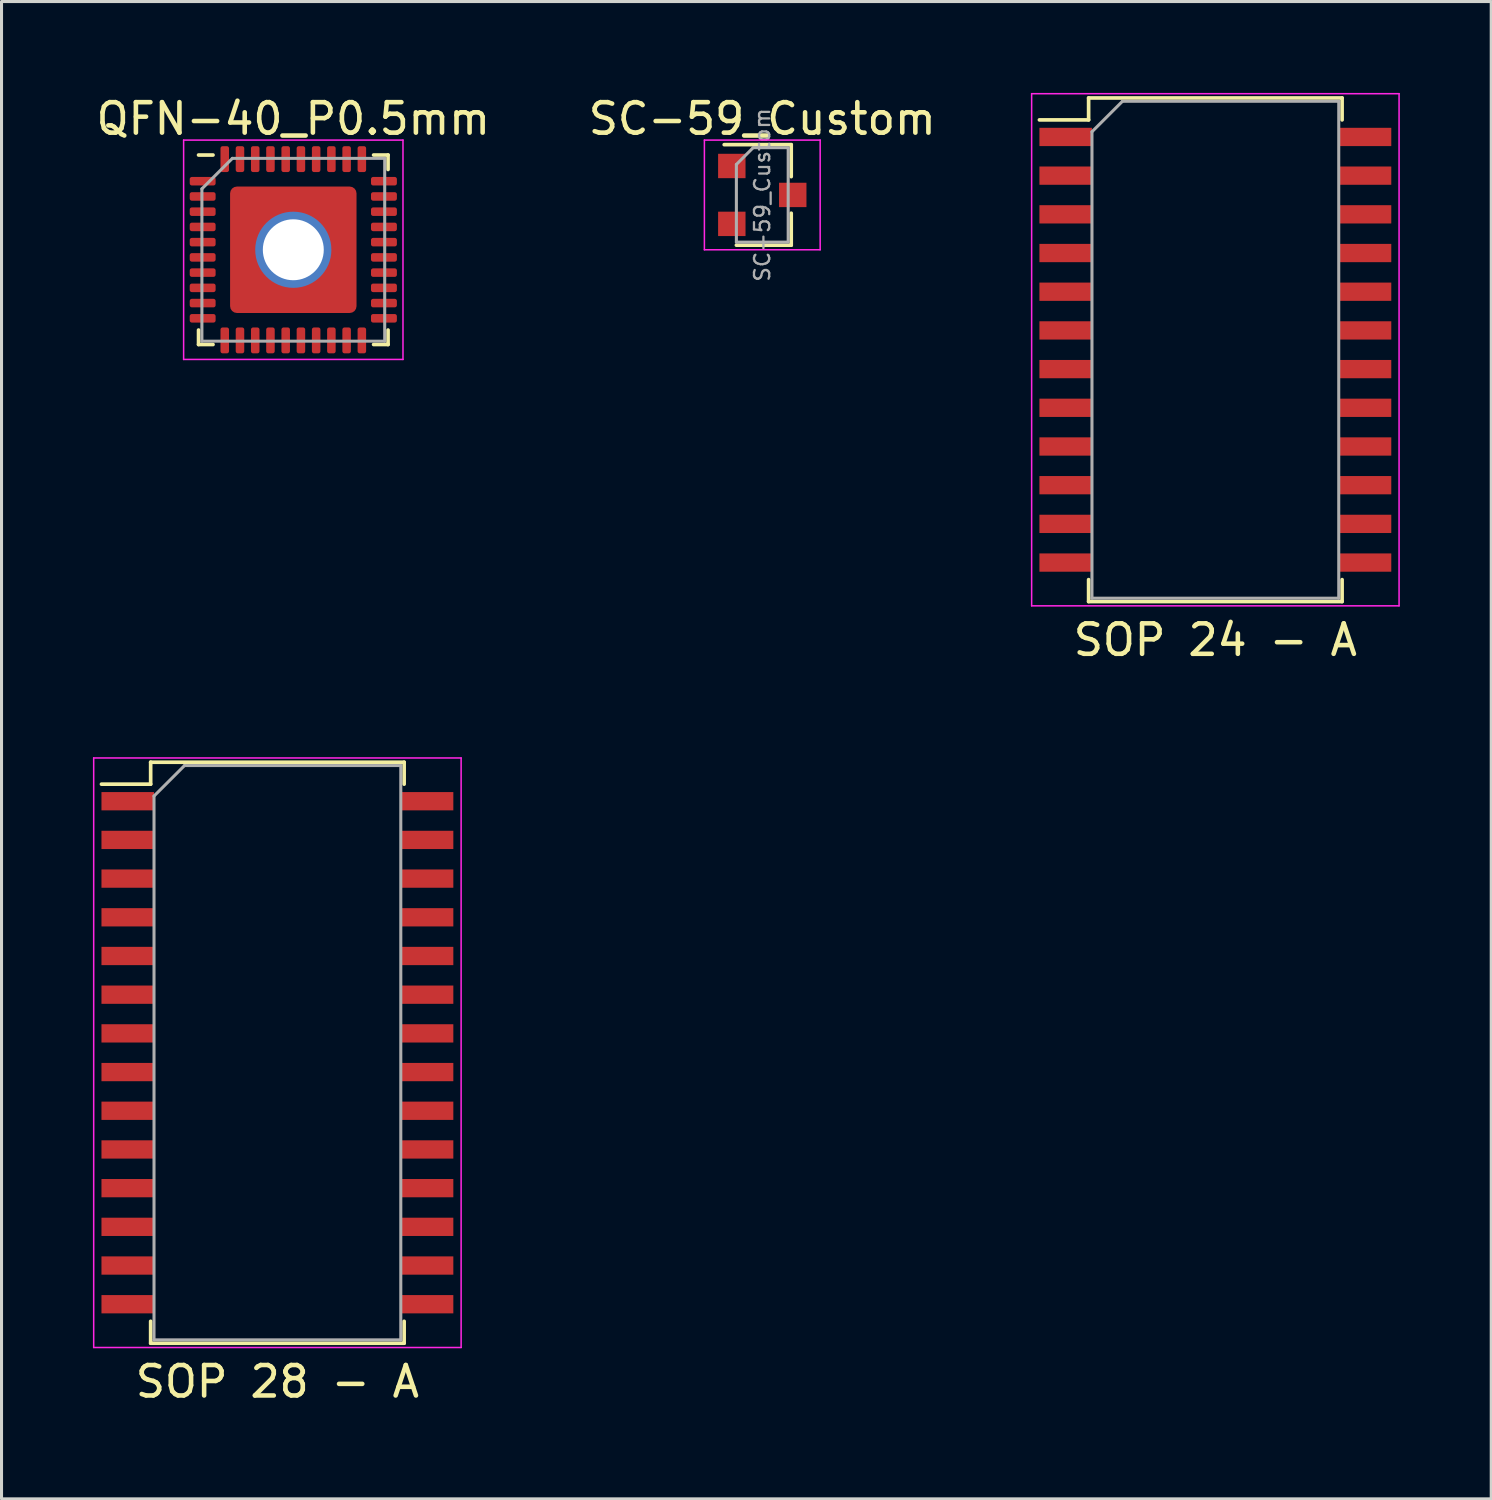
<source format=kicad_pcb>
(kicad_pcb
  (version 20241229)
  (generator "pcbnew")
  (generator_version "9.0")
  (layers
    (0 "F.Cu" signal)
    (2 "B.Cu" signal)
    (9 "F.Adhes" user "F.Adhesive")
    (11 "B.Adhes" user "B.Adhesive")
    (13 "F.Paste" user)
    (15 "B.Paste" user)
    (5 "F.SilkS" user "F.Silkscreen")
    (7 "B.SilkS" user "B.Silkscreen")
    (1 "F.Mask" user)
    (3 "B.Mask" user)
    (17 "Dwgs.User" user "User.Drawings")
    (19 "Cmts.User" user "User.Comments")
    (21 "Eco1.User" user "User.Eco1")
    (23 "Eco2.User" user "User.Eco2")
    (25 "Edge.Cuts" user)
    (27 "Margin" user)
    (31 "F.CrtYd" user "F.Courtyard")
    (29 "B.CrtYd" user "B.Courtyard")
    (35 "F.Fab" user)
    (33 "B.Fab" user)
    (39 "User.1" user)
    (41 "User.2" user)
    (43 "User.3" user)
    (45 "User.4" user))
  (footprint "SC-59_Custom"
    (layer "F.Cu")
    (at 21.97 3.348)
    (property "Reference" "SC-59_Custom" (at 0 -2.5 0) (layer "F.SilkS") (effects (font (size 1 1) (thickness 0.15))))
    (attr smd)
    (fp_line (start -1.25 -1.65) (end 0.95 -1.65) (stroke (width 0.12) (type solid)) (layer "F.SilkS"))
    (fp_line (start -0.85 1.65) (end 0.95 1.65) (stroke (width 0.12) (type solid)) (layer "F.SilkS"))
    (fp_line (start 0.95 -1.65) (end 0.95 -0.6) (stroke (width 0.12) (type solid)) (layer "F.SilkS"))
    (fp_line (start 0.95 1.65) (end 0.95 0.6) (stroke (width 0.12) (type solid)) (layer "F.SilkS"))
    (fp_line (start -1.9 -1.8) (end -1.9 1.8) (stroke (width 0.05) (type solid)) (layer "F.CrtYd"))
    (fp_line (start -1.9 -1.8) (end 1.9 -1.8) (stroke (width 0.05) (type solid)) (layer "F.CrtYd"))
    (fp_line (start 1.9 1.8) (end -1.9 1.8) (stroke (width 0.05) (type solid)) (layer "F.CrtYd"))
    (fp_line (start 1.9 1.8) (end 1.9 -1.8) (stroke (width 0.05) (type solid)) (layer "F.CrtYd"))
    (fp_line (start -0.85 1.55) (end -0.85 -1) (stroke (width 0.1) (type solid)) (layer "F.Fab"))
    (fp_line (start -0.85 1.55) (end 0.85 1.55) (stroke (width 0.1) (type solid)) (layer "F.Fab"))
    (fp_line (start -0.3 -1.55) (end -0.85 -1) (stroke (width 0.1) (type solid)) (layer "F.Fab"))
    (fp_line (start -0.3 -1.55) (end 0.85 -1.55) (stroke (width 0.1) (type solid)) (layer "F.Fab"))
    (fp_line (start 0.85 -1.52) (end 0.85 1.52) (stroke (width 0.1) (type solid)) (layer "F.Fab"))
    (fp_text user "${REFERENCE}" (at 0 0 90) (layer "F.Fab") (effects (font (size 0.5 0.5) (thickness 0.075))))
    (pad "1" smd rect (at -1 -0.95) (size 0.9 0.8) (layers "F.Cu" "F.Mask" "F.Paste"))
    (pad "2" smd rect (at -1 0.95) (size 0.9 0.8) (layers "F.Cu" "F.Mask" "F.Paste"))
    (pad "3" smd rect (at 1 0) (size 0.9 0.8) (layers "F.Cu" "F.Mask" "F.Paste")))
  (footprint "SOP 28 - A"
    (layer "F.Cu")
    (at 6.055 30.868)
    (property "Reference" "SOP 28 - A" (at 0 11.43 0) (layer "F.SilkS") (effects (font (size 1 1) (thickness 0.15))))
    (attr through_hole)
    (fp_line (start -5.775 -8.18) (end -4.16 -8.18) (stroke (width 0.12) (type solid)) (layer "F.SilkS"))
    (fp_line (start -4.16 -8.9) (end 4.16 -8.9) (stroke (width 0.12) (type solid)) (layer "F.SilkS"))
    (fp_line (start -4.16 -8.18) (end -4.16 -8.9) (stroke (width 0.12) (type solid)) (layer "F.SilkS"))
    (fp_line (start -4.16 9.45) (end -4.16 10.17) (stroke (width 0.12) (type solid)) (layer "F.SilkS"))
    (fp_line (start -4.16 10.17) (end 4.16 10.17) (stroke (width 0.12) (type solid)) (layer "F.SilkS"))
    (fp_line (start 4.16 -8.9) (end 4.16 -8.18) (stroke (width 0.12) (type solid)) (layer "F.SilkS"))
    (fp_line (start 4.16 10.17) (end 4.16 9.45) (stroke (width 0.12) (type solid)) (layer "F.SilkS"))
    (fp_line (start -6.03 -9.04) (end 6.03 -9.04) (stroke (width 0.05) (type solid)) (layer "F.CrtYd"))
    (fp_line (start -6.03 10.31) (end -6.03 -9.04) (stroke (width 0.05) (type solid)) (layer "F.CrtYd"))
    (fp_line (start 6.03 -9.04) (end 6.03 10.31) (stroke (width 0.05) (type solid)) (layer "F.CrtYd"))
    (fp_line (start 6.03 10.31) (end -6.03 10.31) (stroke (width 0.05) (type solid)) (layer "F.CrtYd"))
    (fp_line (start -4.05 -7.79) (end -3.05 -8.79) (stroke (width 0.1) (type solid)) (layer "F.Fab"))
    (fp_line (start -4.05 10.06) (end -4.05 -7.79) (stroke (width 0.1) (type solid)) (layer "F.Fab"))
    (fp_line (start -3.05 -8.79) (end 4.05 -8.79) (stroke (width 0.1) (type solid)) (layer "F.Fab"))
    (fp_line (start 4.05 -8.79) (end 4.05 10.06) (stroke (width 0.1) (type solid)) (layer "F.Fab"))
    (fp_line (start 4.05 10.06) (end -4.05 10.06) (stroke (width 0.1) (type solid)) (layer "F.Fab"))
    (pad "1" smd rect (at -4.912 -7.62) (size 1.725 0.6) (layers "F.Cu" "F.Mask" "F.Paste"))
    (pad "2" smd rect (at -4.912 -6.35) (size 1.725 0.6) (layers "F.Cu" "F.Mask" "F.Paste"))
    (pad "3" smd rect (at -4.912 -5.08) (size 1.725 0.6) (layers "F.Cu" "F.Mask" "F.Paste"))
    (pad "4" smd rect (at -4.912 -3.81) (size 1.725 0.6) (layers "F.Cu" "F.Mask" "F.Paste"))
    (pad "5" smd rect (at -4.912 -2.54) (size 1.725 0.6) (layers "F.Cu" "F.Mask" "F.Paste"))
    (pad "6" smd rect (at -4.912 -1.27) (size 1.725 0.6) (layers "F.Cu" "F.Mask" "F.Paste"))
    (pad "7" smd rect (at -4.912 0) (size 1.725 0.6) (layers "F.Cu" "F.Mask" "F.Paste"))
    (pad "8" smd rect (at -4.912 1.27) (size 1.725 0.6) (layers "F.Cu" "F.Mask" "F.Paste"))
    (pad "9" smd rect (at -4.912 2.54) (size 1.725 0.6) (layers "F.Cu" "F.Mask" "F.Paste"))
    (pad "10" smd rect (at -4.912 3.81) (size 1.725 0.6) (layers "F.Cu" "F.Mask" "F.Paste"))
    (pad "11" smd rect (at -4.912 5.08) (size 1.725 0.6) (layers "F.Cu" "F.Mask" "F.Paste"))
    (pad "12" smd rect (at -4.912 6.35) (size 1.725 0.6) (layers "F.Cu" "F.Mask" "F.Paste"))
    (pad "13" smd rect (at -4.912 7.62) (size 1.725 0.6) (layers "F.Cu" "F.Mask" "F.Paste"))
    (pad "14" smd rect (at -4.912 8.89) (size 1.725 0.6) (layers "F.Cu" "F.Mask" "F.Paste"))
    (pad "15" smd rect (at 4.912 8.89) (size 1.725 0.6) (layers "F.Cu" "F.Mask" "F.Paste"))
    (pad "16" smd rect (at 4.912 7.62) (size 1.725 0.6) (layers "F.Cu" "F.Mask" "F.Paste"))
    (pad "17" smd rect (at 4.912 6.35) (size 1.725 0.6) (layers "F.Cu" "F.Mask" "F.Paste"))
    (pad "18" smd rect (at 4.912 5.08) (size 1.725 0.6) (layers "F.Cu" "F.Mask" "F.Paste"))
    (pad "19" smd rect (at 4.912 3.81) (size 1.725 0.6) (layers "F.Cu" "F.Mask" "F.Paste"))
    (pad "20" smd rect (at 4.912 2.54) (size 1.725 0.6) (layers "F.Cu" "F.Mask" "F.Paste"))
    (pad "21" smd rect (at 4.912 1.27) (size 1.725 0.6) (layers "F.Cu" "F.Mask" "F.Paste"))
    (pad "22" smd rect (at 4.912 0) (size 1.725 0.6) (layers "F.Cu" "F.Mask" "F.Paste"))
    (pad "23" smd rect (at 4.912 -1.27) (size 1.725 0.6) (layers "F.Cu" "F.Mask" "F.Paste"))
    (pad "24" smd rect (at 4.912 -2.54) (size 1.725 0.6) (layers "F.Cu" "F.Mask" "F.Paste"))
    (pad "25" smd rect (at 4.912 -3.81) (size 1.725 0.6) (layers "F.Cu" "F.Mask" "F.Paste"))
    (pad "26" smd rect (at 4.912 -5.08) (size 1.725 0.6) (layers "F.Cu" "F.Mask" "F.Paste"))
    (pad "27" smd rect (at 4.912 -6.35) (size 1.725 0.6) (layers "F.Cu" "F.Mask" "F.Paste"))
    (pad "28" smd rect (at 4.912 -7.62) (size 1.725 0.6) (layers "F.Cu" "F.Mask" "F.Paste")))
  (footprint "SOP 24 - A"
    (layer "F.Cu")
    (at 36.841 8.43)
    (property "Reference" "SOP 24 - A" (at 0 9.525 0) (layer "F.SilkS") (effects (font (size 1 1) (thickness 0.15))))
    (attr through_hole)
    (fp_line (start -5.775 -7.545) (end -4.16 -7.545) (stroke (width 0.12) (type solid)) (layer "F.SilkS"))
    (fp_line (start -4.16 -8.265) (end 4.16 -8.265) (stroke (width 0.12) (type solid)) (layer "F.SilkS"))
    (fp_line (start -4.16 -7.545) (end -4.16 -8.265) (stroke (width 0.12) (type solid)) (layer "F.SilkS"))
    (fp_line (start -4.16 7.545) (end -4.16 8.265) (stroke (width 0.12) (type solid)) (layer "F.SilkS"))
    (fp_line (start -4.16 8.265) (end 4.16 8.265) (stroke (width 0.12) (type solid)) (layer "F.SilkS"))
    (fp_line (start 4.16 -8.265) (end 4.16 -7.545) (stroke (width 0.12) (type solid)) (layer "F.SilkS"))
    (fp_line (start 4.16 8.265) (end 4.16 7.545) (stroke (width 0.12) (type solid)) (layer "F.SilkS"))
    (fp_line (start -6.03 -8.405) (end 6.03 -8.405) (stroke (width 0.05) (type solid)) (layer "F.CrtYd"))
    (fp_line (start -6.03 8.405) (end -6.03 -8.405) (stroke (width 0.05) (type solid)) (layer "F.CrtYd"))
    (fp_line (start 6.03 -8.405) (end 6.03 8.405) (stroke (width 0.05) (type solid)) (layer "F.CrtYd"))
    (fp_line (start 6.03 8.405) (end -6.03 8.405) (stroke (width 0.05) (type solid)) (layer "F.CrtYd"))
    (fp_line (start -4.05 -7.155) (end -3.05 -8.155) (stroke (width 0.1) (type solid)) (layer "F.Fab"))
    (fp_line (start -4.05 8.155) (end -4.05 -7.155) (stroke (width 0.1) (type solid)) (layer "F.Fab"))
    (fp_line (start -3.05 -8.155) (end 4.05 -8.155) (stroke (width 0.1) (type solid)) (layer "F.Fab"))
    (fp_line (start 4.05 -8.155) (end 4.05 8.155) (stroke (width 0.1) (type solid)) (layer "F.Fab"))
    (fp_line (start 4.05 8.155) (end -4.05 8.155) (stroke (width 0.1) (type solid)) (layer "F.Fab"))
    (pad "1" smd rect (at -4.912 -6.985) (size 1.725 0.6) (layers "F.Cu" "F.Mask" "F.Paste"))
    (pad "2" smd rect (at -4.912 -5.715) (size 1.725 0.6) (layers "F.Cu" "F.Mask" "F.Paste"))
    (pad "3" smd rect (at -4.912 -4.445) (size 1.725 0.6) (layers "F.Cu" "F.Mask" "F.Paste"))
    (pad "4" smd rect (at -4.912 -3.175) (size 1.725 0.6) (layers "F.Cu" "F.Mask" "F.Paste"))
    (pad "5" smd rect (at -4.912 -1.905) (size 1.725 0.6) (layers "F.Cu" "F.Mask" "F.Paste"))
    (pad "6" smd rect (at -4.912 -0.635) (size 1.725 0.6) (layers "F.Cu" "F.Mask" "F.Paste"))
    (pad "7" smd rect (at -4.912 0.635) (size 1.725 0.6) (layers "F.Cu" "F.Mask" "F.Paste"))
    (pad "8" smd rect (at -4.912 1.905) (size 1.725 0.6) (layers "F.Cu" "F.Mask" "F.Paste"))
    (pad "9" smd rect (at -4.912 3.175) (size 1.725 0.6) (layers "F.Cu" "F.Mask" "F.Paste"))
    (pad "10" smd rect (at -4.912 4.445) (size 1.725 0.6) (layers "F.Cu" "F.Mask" "F.Paste"))
    (pad "11" smd rect (at -4.912 5.715) (size 1.725 0.6) (layers "F.Cu" "F.Mask" "F.Paste"))
    (pad "12" smd rect (at -4.912 6.985) (size 1.725 0.6) (layers "F.Cu" "F.Mask" "F.Paste"))
    (pad "13" smd rect (at 4.912 6.985) (size 1.725 0.6) (layers "F.Cu" "F.Mask" "F.Paste"))
    (pad "14" smd rect (at 4.912 5.715) (size 1.725 0.6) (layers "F.Cu" "F.Mask" "F.Paste"))
    (pad "15" smd rect (at 4.912 4.445) (size 1.725 0.6) (layers "F.Cu" "F.Mask" "F.Paste"))
    (pad "16" smd rect (at 4.912 3.175) (size 1.725 0.6) (layers "F.Cu" "F.Mask" "F.Paste"))
    (pad "17" smd rect (at 4.912 1.905) (size 1.725 0.6) (layers "F.Cu" "F.Mask" "F.Paste"))
    (pad "18" smd rect (at 4.912 0.635) (size 1.725 0.6) (layers "F.Cu" "F.Mask" "F.Paste"))
    (pad "19" smd rect (at 4.912 -0.635) (size 1.725 0.6) (layers "F.Cu" "F.Mask" "F.Paste"))
    (pad "20" smd rect (at 4.912 -1.905) (size 1.725 0.6) (layers "F.Cu" "F.Mask" "F.Paste"))
    (pad "21" smd rect (at 4.912 -3.175) (size 1.725 0.6) (layers "F.Cu" "F.Mask" "F.Paste"))
    (pad "22" smd rect (at 4.912 -4.445) (size 1.725 0.6) (layers "F.Cu" "F.Mask" "F.Paste"))
    (pad "23" smd rect (at 4.912 -5.715) (size 1.725 0.6) (layers "F.Cu" "F.Mask" "F.Paste"))
    (pad "24" smd rect (at 4.912 -6.985) (size 1.725 0.6) (layers "F.Cu" "F.Mask" "F.Paste")))
  (footprint "QFN-40_P0.5mm"
    (layer "F.Cu")
    (at 6.577 5.148)
    (property "Reference" "QFN-40_P0.5mm" (at 0 -4.3 0) (layer "F.SilkS") (effects (font (size 1 1) (thickness 0.15))))
    (attr smd)
    (fp_line (start -3.11 3.11) (end -3.11 2.635) (stroke (width 0.12) (type solid)) (layer "F.SilkS"))
    (fp_line (start -2.635 -3.11) (end -3.11 -3.11) (stroke (width 0.12) (type solid)) (layer "F.SilkS"))
    (fp_line (start -2.635 3.11) (end -3.11 3.11) (stroke (width 0.12) (type solid)) (layer "F.SilkS"))
    (fp_line (start 2.635 -3.11) (end 3.11 -3.11) (stroke (width 0.12) (type solid)) (layer "F.SilkS"))
    (fp_line (start 2.635 3.11) (end 3.11 3.11) (stroke (width 0.12) (type solid)) (layer "F.SilkS"))
    (fp_line (start 3.11 -3.11) (end 3.11 -2.635) (stroke (width 0.12) (type solid)) (layer "F.SilkS"))
    (fp_line (start 3.11 3.11) (end 3.11 2.635) (stroke (width 0.12) (type solid)) (layer "F.SilkS"))
    (fp_line (start -3.6 -3.6) (end -3.6 3.6) (stroke (width 0.05) (type solid)) (layer "F.CrtYd"))
    (fp_line (start -3.6 3.6) (end 3.6 3.6) (stroke (width 0.05) (type solid)) (layer "F.CrtYd"))
    (fp_line (start 3.6 -3.6) (end -3.6 -3.6) (stroke (width 0.05) (type solid)) (layer "F.CrtYd"))
    (fp_line (start 3.6 3.6) (end 3.6 -3.6) (stroke (width 0.05) (type solid)) (layer "F.CrtYd"))
    (fp_line (start -3 -2) (end -2 -3) (stroke (width 0.1) (type solid)) (layer "F.Fab"))
    (fp_line (start -3 3) (end -3 -2) (stroke (width 0.1) (type solid)) (layer "F.Fab"))
    (fp_line (start -2 -3) (end 3 -3) (stroke (width 0.1) (type solid)) (layer "F.Fab"))
    (fp_line (start 3 -3) (end 3 3) (stroke (width 0.1) (type solid)) (layer "F.Fab"))
    (fp_line (start 3 3) (end -3 3) (stroke (width 0.1) (type solid)) (layer "F.Fab"))
    (pad "1" smd roundrect (at -2.975 -2.25) (size 0.85 0.28) (layers "F.Cu" "F.Mask" "F.Paste") (roundrect_rratio 0.25))
    (pad "2" smd roundrect (at -2.975 -1.75) (size 0.85 0.28) (layers "F.Cu" "F.Mask" "F.Paste") (roundrect_rratio 0.25))
    (pad "3" smd roundrect (at -2.975 -1.25) (size 0.85 0.28) (layers "F.Cu" "F.Mask" "F.Paste") (roundrect_rratio 0.25))
    (pad "4" smd roundrect (at -2.975 -0.75) (size 0.85 0.28) (layers "F.Cu" "F.Mask" "F.Paste") (roundrect_rratio 0.25))
    (pad "5" smd roundrect (at -2.975 -0.25) (size 0.85 0.28) (layers "F.Cu" "F.Mask" "F.Paste") (roundrect_rratio 0.25))
    (pad "6" smd roundrect (at -2.975 0.25) (size 0.85 0.28) (layers "F.Cu" "F.Mask" "F.Paste") (roundrect_rratio 0.25))
    (pad "7" smd roundrect (at -2.975 0.75) (size 0.85 0.28) (layers "F.Cu" "F.Mask" "F.Paste") (roundrect_rratio 0.25))
    (pad "8" smd roundrect (at -2.975 1.25) (size 0.85 0.28) (layers "F.Cu" "F.Mask" "F.Paste") (roundrect_rratio 0.25))
    (pad "9" smd roundrect (at -2.975 1.75) (size 0.85 0.28) (layers "F.Cu" "F.Mask" "F.Paste") (roundrect_rratio 0.25))
    (pad "10" smd roundrect (at -2.975 2.25) (size 0.85 0.28) (layers "F.Cu" "F.Mask" "F.Paste") (roundrect_rratio 0.25))
    (pad "11" smd roundrect (at -2.25 2.975 90) (size 0.85 0.28) (layers "F.Cu" "F.Mask" "F.Paste") (roundrect_rratio 0.25))
    (pad "12" smd roundrect (at -1.75 2.975 90) (size 0.85 0.28) (layers "F.Cu" "F.Mask" "F.Paste") (roundrect_rratio 0.25))
    (pad "13" smd roundrect (at -1.25 2.975 90) (size 0.85 0.28) (layers "F.Cu" "F.Mask" "F.Paste") (roundrect_rratio 0.25))
    (pad "14" smd roundrect (at -0.75 2.975 90) (size 0.85 0.28) (layers "F.Cu" "F.Mask" "F.Paste") (roundrect_rratio 0.25))
    (pad "15" smd roundrect (at -0.25 2.975 90) (size 0.85 0.28) (layers "F.Cu" "F.Mask" "F.Paste") (roundrect_rratio 0.25))
    (pad "16" smd roundrect (at 0.25 2.975 90) (size 0.85 0.28) (layers "F.Cu" "F.Mask" "F.Paste") (roundrect_rratio 0.25))
    (pad "17" smd roundrect (at 0.75 2.975 90) (size 0.85 0.28) (layers "F.Cu" "F.Mask" "F.Paste") (roundrect_rratio 0.25))
    (pad "18" smd roundrect (at 1.25 2.975 90) (size 0.85 0.28) (layers "F.Cu" "F.Mask" "F.Paste") (roundrect_rratio 0.25))
    (pad "19" smd roundrect (at 1.75 2.975 90) (size 0.85 0.28) (layers "F.Cu" "F.Mask" "F.Paste") (roundrect_rratio 0.25))
    (pad "20" smd roundrect (at 2.25 2.975 90) (size 0.85 0.28) (layers "F.Cu" "F.Mask" "F.Paste") (roundrect_rratio 0.25))
    (pad "21" smd roundrect (at 2.975 2.25) (size 0.85 0.28) (layers "F.Cu" "F.Mask" "F.Paste") (roundrect_rratio 0.25))
    (pad "22" smd roundrect (at 2.975 1.75) (size 0.85 0.28) (layers "F.Cu" "F.Mask" "F.Paste") (roundrect_rratio 0.25))
    (pad "23" smd roundrect (at 2.975 1.25) (size 0.85 0.28) (layers "F.Cu" "F.Mask" "F.Paste") (roundrect_rratio 0.25))
    (pad "24" smd roundrect (at 2.975 0.75) (size 0.85 0.28) (layers "F.Cu" "F.Mask" "F.Paste") (roundrect_rratio 0.25))
    (pad "25" smd roundrect (at 2.975 0.25) (size 0.85 0.28) (layers "F.Cu" "F.Mask" "F.Paste") (roundrect_rratio 0.25))
    (pad "26" smd roundrect (at 2.975 -0.25) (size 0.85 0.28) (layers "F.Cu" "F.Mask" "F.Paste") (roundrect_rratio 0.25))
    (pad "27" smd roundrect (at 2.975 -0.75) (size 0.85 0.28) (layers "F.Cu" "F.Mask" "F.Paste") (roundrect_rratio 0.25))
    (pad "28" smd roundrect (at 2.975 -1.25) (size 0.85 0.28) (layers "F.Cu" "F.Mask" "F.Paste") (roundrect_rratio 0.25))
    (pad "29" smd roundrect (at 2.975 -1.75) (size 0.85 0.28) (layers "F.Cu" "F.Mask" "F.Paste") (roundrect_rratio 0.25))
    (pad "30" smd roundrect (at 2.975 -2.25) (size 0.85 0.28) (layers "F.Cu" "F.Mask" "F.Paste") (roundrect_rratio 0.25))
    (pad "31" smd roundrect (at 2.25 -2.975 90) (size 0.85 0.28) (layers "F.Cu" "F.Mask" "F.Paste") (roundrect_rratio 0.25))
    (pad "32" smd roundrect (at 1.75 -2.975 90) (size 0.85 0.28) (layers "F.Cu" "F.Mask" "F.Paste") (roundrect_rratio 0.25))
    (pad "33" smd roundrect (at 1.25 -2.975 90) (size 0.85 0.28) (layers "F.Cu" "F.Mask" "F.Paste") (roundrect_rratio 0.25))
    (pad "34" smd roundrect (at 0.75 -2.975 90) (size 0.85 0.28) (layers "F.Cu" "F.Mask" "F.Paste") (roundrect_rratio 0.25))
    (pad "35" smd roundrect (at 0.25 -2.975 90) (size 0.85 0.28) (layers "F.Cu" "F.Mask" "F.Paste") (roundrect_rratio 0.25))
    (pad "36" smd roundrect (at -0.25 -2.975 90) (size 0.85 0.28) (layers "F.Cu" "F.Mask" "F.Paste") (roundrect_rratio 0.25))
    (pad "37" smd roundrect (at -0.75 -2.975 90) (size 0.85 0.28) (layers "F.Cu" "F.Mask" "F.Paste") (roundrect_rratio 0.25))
    (pad "38" smd roundrect (at -1.25 -2.975 90) (size 0.85 0.28) (layers "F.Cu" "F.Mask" "F.Paste") (roundrect_rratio 0.25))
    (pad "39" smd roundrect (at -1.75 -2.975 90) (size 0.85 0.28) (layers "F.Cu" "F.Mask" "F.Paste") (roundrect_rratio 0.25))
    (pad "40" smd roundrect (at -2.25 -2.975 90) (size 0.85 0.28) (layers "F.Cu" "F.Mask" "F.Paste") (roundrect_rratio 0.25))
    (pad "41" thru_hole circle (at 0 0) (size 2.5 2.5) (drill 2) (layers "*.Cu" "*.Mask"))
    (pad "41" smd roundrect (at 0 0) (size 4.15 4.15) (layers "F.Cu" "F.Mask") (roundrect_rratio 0.054)))
  (gr_rect
    (start -3 -3)
    (end 45.896 46.147)
    (stroke (width 0.1) (type default))
    (fill no)
    (layer "Edge.Cuts")))
</source>
